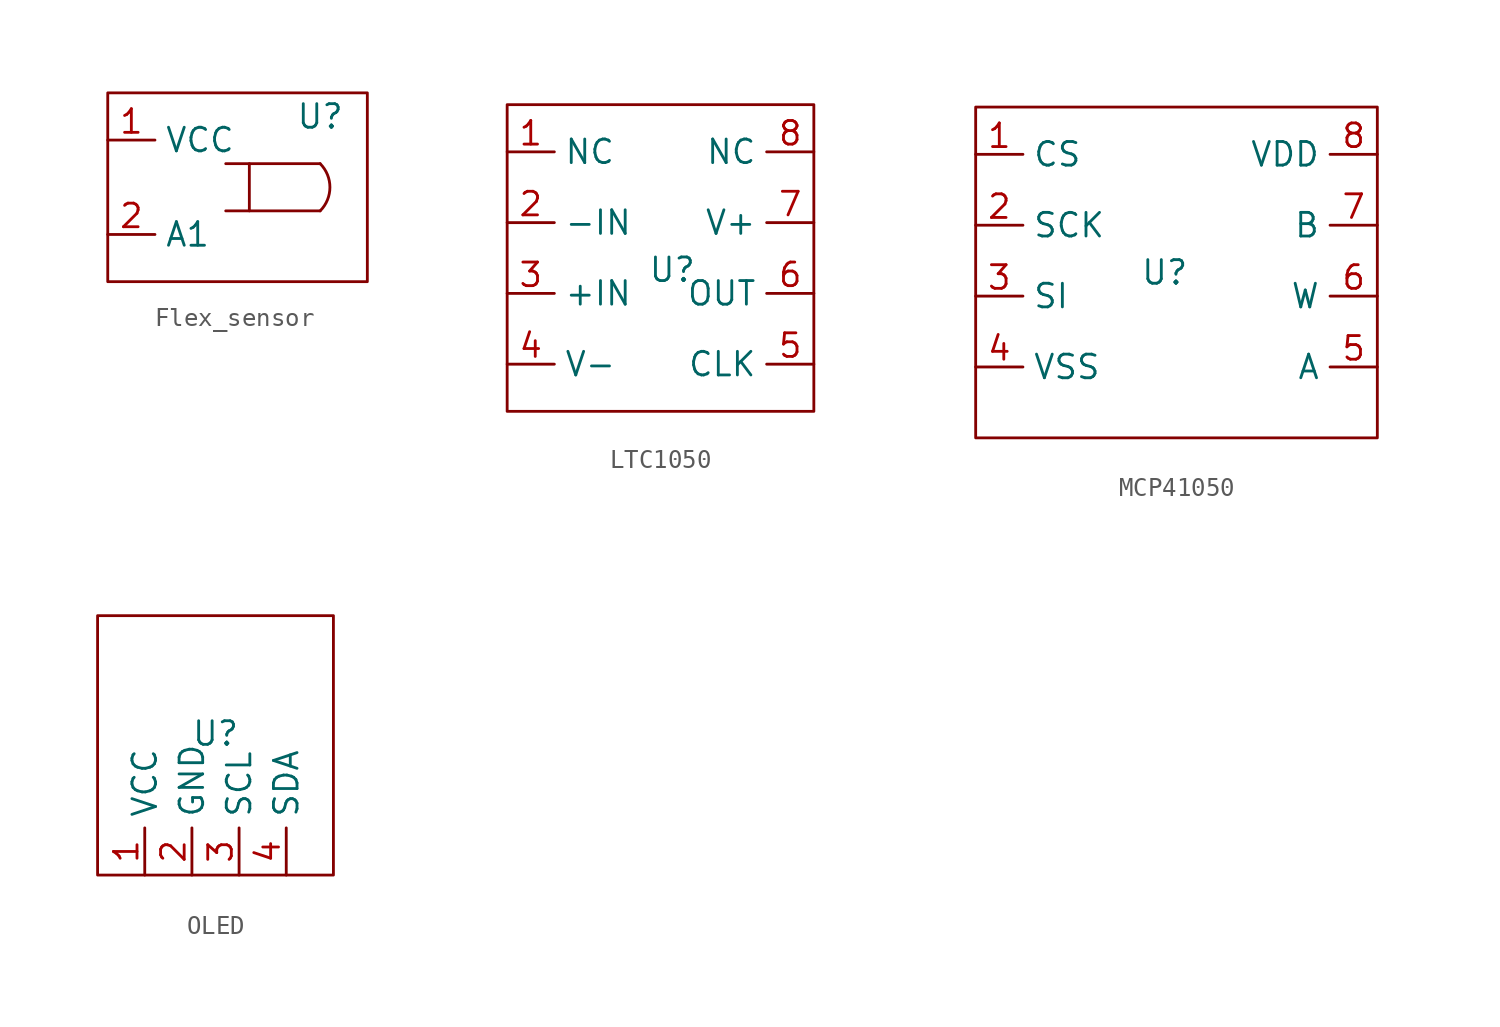
<source format=kicad_sym>
(kicad_symbol_lib
  (version 20220914)
  (generator kicad_symbol_editor)
  (symbol "Flex_sensor"
    (property "Reference" "U"
      (at 5.08 3.81 0)
      (effects (font (size 1.27 1.27))))
    (property "Value" ""
      (at 0 0 0)
      (effects (font (size 1.27 1.27))))
    (symbol "Flex_sensor_0_1"
      (rectangle (start -6.35 5.08) (end 7.62 -5.08) (stroke (width 0) (type default)) (fill (type none)))
      (polyline (pts (xy 1.27 -1.27) (xy 0 -1.27)) (stroke (width 0) (type default)) (fill (type none)))
      (polyline (pts (xy 1.27 1.27) (xy 0 1.27)) (stroke (width 0) (type default)) (fill (type none)))
      (polyline (pts (xy 1.27 1.27) (xy 1.27 -1.27) (xy 5.08 -1.27) (xy 1.27 -1.27) (xy 1.27 1.27) (xy 5.08 1.27)) (stroke (width 0) (type default)) (fill (type none)))
      (arc (start 5.0801 -1.27) (mid 5.6061 0) (end 5.0801 1.27) (stroke (width 0) (type default)) (fill (type none))))
    (symbol "Flex_sensor_1_1"
      (pin passive line (at -6.35 2.54 0) (length 2.54) (name "VCC" (effects (font (size 1.27 1.27)))) (number "1" (effects (font (size 1.27 1.27)))))
      (pin passive line (at -6.35 -2.54 0) (length 2.54) (name "A1" (effects (font (size 1.27 1.27)))) (number "2" (effects (font (size 1.27 1.27)))))))
  (symbol "LTC1050"
    (property "Reference" "U"
      (at 0 0 0)
      (effects (font (size 1.27 1.27))))
    (property "Value" ""
      (at 0 0 0)
      (effects (font (size 1.27 1.27))))
    (symbol "LTC1050_0_1"
      (rectangle (start -8.89 8.89) (end 7.62 -7.62) (stroke (width 0) (type default)) (fill (type none))))
    (symbol "LTC1050_1_1"
      (pin passive line (at -8.89 6.35 0) (length 2.54) (name "NC" (effects (font (size 1.27 1.27)))) (number "1" (effects (font (size 1.27 1.27)))))
      (pin passive line (at -8.89 2.54 0) (length 2.54) (name "-IN" (effects (font (size 1.27 1.27)))) (number "2" (effects (font (size 1.27 1.27)))))
      (pin passive line (at -8.89 -1.27 0) (length 2.54) (name "+IN" (effects (font (size 1.27 1.27)))) (number "3" (effects (font (size 1.27 1.27)))))
      (pin passive line (at -8.89 -5.08 0) (length 2.54) (name "V-" (effects (font (size 1.27 1.27)))) (number "4" (effects (font (size 1.27 1.27)))))
      (pin passive line (at 7.62 -5.08 180) (length 2.54) (name "CLK" (effects (font (size 1.27 1.27)))) (number "5" (effects (font (size 1.27 1.27)))))
      (pin passive line (at 7.62 -1.27 180) (length 2.54) (name "OUT" (effects (font (size 1.27 1.27)))) (number "6" (effects (font (size 1.27 1.27)))))
      (pin passive line (at 7.62 2.54 180) (length 2.54) (name "V+" (effects (font (size 1.27 1.27)))) (number "7" (effects (font (size 1.27 1.27)))))
      (pin passive line (at 7.62 6.35 180) (length 2.54) (name "NC" (effects (font (size 1.27 1.27)))) (number "8" (effects (font (size 1.27 1.27)))))))
  (symbol "MCP41050"
    (property "Reference" "U"
      (at 0 0 0)
      (effects (font (size 1.27 1.27))))
    (property "Value" ""
      (at 0 0 0)
      (effects (font (size 1.27 1.27))))
    (symbol "MCP41050_0_1"
      (rectangle (start -10.16 8.89) (end 11.43 -8.89) (stroke (width 0) (type default)) (fill (type none))))
    (symbol "MCP41050_1_1"
      (pin passive line (at -10.16 6.35 0) (length 2.54) (name "CS" (effects (font (size 1.27 1.27)))) (number "1" (effects (font (size 1.27 1.27)))))
      (pin passive line (at -10.16 2.54 0) (length 2.54) (name "SCK" (effects (font (size 1.27 1.27)))) (number "2" (effects (font (size 1.27 1.27)))))
      (pin passive line (at -10.16 -1.27 0) (length 2.54) (name "SI" (effects (font (size 1.27 1.27)))) (number "3" (effects (font (size 1.27 1.27)))))
      (pin passive line (at -10.16 -5.08 0) (length 2.54) (name "VSS" (effects (font (size 1.27 1.27)))) (number "4" (effects (font (size 1.27 1.27)))))
      (pin passive line (at 11.43 -5.08 180) (length 2.54) (name "A" (effects (font (size 1.27 1.27)))) (number "5" (effects (font (size 1.27 1.27)))))
      (pin passive line (at 11.43 -1.27 180) (length 2.54) (name "W" (effects (font (size 1.27 1.27)))) (number "6" (effects (font (size 1.27 1.27)))))
      (pin passive line (at 11.43 2.54 180) (length 2.54) (name "B" (effects (font (size 1.27 1.27)))) (number "7" (effects (font (size 1.27 1.27)))))
      (pin passive line (at 11.43 6.35 180) (length 2.54) (name "VDD" (effects (font (size 1.27 1.27)))) (number "8" (effects (font (size 1.27 1.27)))))))
  (symbol "OLED"
    (property "Reference" "U"
      (at 0 0 0)
      (effects (font (size 1.27 1.27))))
    (property "Value" ""
      (at 0 0 0)
      (effects (font (size 1.27 1.27))))
    (symbol "OLED_0_1"
      (rectangle (start -6.35 6.35) (end 6.35 -7.62) (stroke (width 0) (type default)) (fill (type none))))
    (symbol "OLED_1_1"
      (pin passive line (at -3.81 -7.62 90) (length 2.54) (name "VCC" (effects (font (size 1.27 1.27)))) (number "1" (effects (font (size 1.27 1.27)))))
      (pin passive line (at -1.27 -7.62 90) (length 2.54) (name "GND" (effects (font (size 1.27 1.27)))) (number "2" (effects (font (size 1.27 1.27)))))
      (pin passive line (at 1.27 -7.62 90) (length 2.54) (name "SCL" (effects (font (size 1.27 1.27)))) (number "3" (effects (font (size 1.27 1.27)))))
      (pin passive line (at 3.81 -7.62 90) (length 2.54) (name "SDA" (effects (font (size 1.27 1.27)))) (number "4" (effects (font (size 1.27 1.27))))))))
</source>
